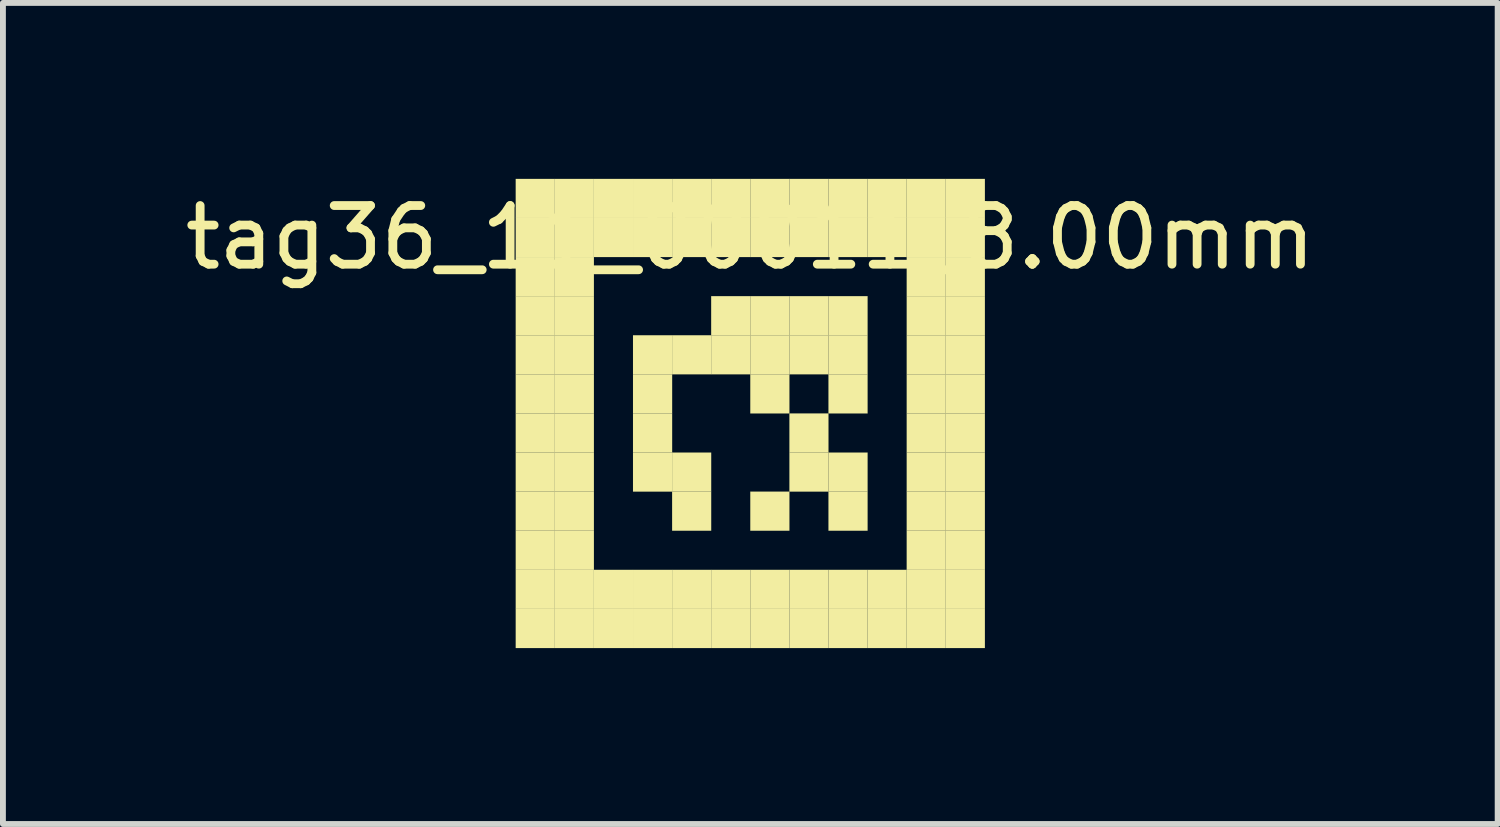
<source format=kicad_pcb>
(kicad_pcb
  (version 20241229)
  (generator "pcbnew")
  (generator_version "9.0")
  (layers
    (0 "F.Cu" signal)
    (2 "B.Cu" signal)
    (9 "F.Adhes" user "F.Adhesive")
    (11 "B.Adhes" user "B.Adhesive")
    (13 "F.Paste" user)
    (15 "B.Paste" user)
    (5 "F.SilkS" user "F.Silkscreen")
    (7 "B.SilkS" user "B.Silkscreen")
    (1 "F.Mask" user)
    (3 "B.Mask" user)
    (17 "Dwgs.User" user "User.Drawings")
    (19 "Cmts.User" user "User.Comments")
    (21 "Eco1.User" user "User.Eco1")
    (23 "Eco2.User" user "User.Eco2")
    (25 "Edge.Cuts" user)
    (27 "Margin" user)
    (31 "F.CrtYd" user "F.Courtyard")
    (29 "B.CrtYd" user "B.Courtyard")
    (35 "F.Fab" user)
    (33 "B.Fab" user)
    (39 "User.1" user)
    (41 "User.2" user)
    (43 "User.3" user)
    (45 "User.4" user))
  (footprint "tag36_11_00011_8.00mm"
    (layer "F.Cu")
    (at 9.744 4)
    (property "Reference" "tag36_11_00011_8.00mm" (at 0 -3 0) (layer "F.SilkS") (effects (font (size 1 1) (thickness 0.15))))
    (attr through_hole)
    (fp_poly (pts (xy -4 -4) (xy -3.333 -4) (xy -3.333 -3.333) (xy -4 -3.333)) (stroke (width 0.001) (type solid)) (fill yes) (layer "F.SilkS"))
    (fp_poly (pts (xy -4 -3.333) (xy -3.333 -3.333) (xy -3.333 -2.667) (xy -4 -2.667)) (stroke (width 0.001) (type solid)) (fill yes) (layer "F.SilkS"))
    (fp_poly (pts (xy -4 -2.667) (xy -3.333 -2.667) (xy -3.333 -2) (xy -4 -2)) (stroke (width 0.001) (type solid)) (fill yes) (layer "F.SilkS"))
    (fp_poly (pts (xy -4 -2) (xy -3.333 -2) (xy -3.333 -1.333) (xy -4 -1.333)) (stroke (width 0.001) (type solid)) (fill yes) (layer "F.SilkS"))
    (fp_poly (pts (xy -4 -1.333) (xy -3.333 -1.333) (xy -3.333 -0.667) (xy -4 -0.667)) (stroke (width 0.001) (type solid)) (fill yes) (layer "F.SilkS"))
    (fp_poly (pts (xy -4 -0.667) (xy -3.333 -0.667) (xy -3.333 0) (xy -4 0)) (stroke (width 0.001) (type solid)) (fill yes) (layer "F.SilkS"))
    (fp_poly (pts (xy -4 0) (xy -3.333 0) (xy -3.333 0.667) (xy -4 0.667)) (stroke (width 0.001) (type solid)) (fill yes) (layer "F.SilkS"))
    (fp_poly (pts (xy -4 0.667) (xy -3.333 0.667) (xy -3.333 1.333) (xy -4 1.333)) (stroke (width 0.001) (type solid)) (fill yes) (layer "F.SilkS"))
    (fp_poly (pts (xy -4 1.333) (xy -3.333 1.333) (xy -3.333 2) (xy -4 2)) (stroke (width 0.001) (type solid)) (fill yes) (layer "F.SilkS"))
    (fp_poly (pts (xy -4 2) (xy -3.333 2) (xy -3.333 2.667) (xy -4 2.667)) (stroke (width 0.001) (type solid)) (fill yes) (layer "F.SilkS"))
    (fp_poly (pts (xy -4 2.667) (xy -3.333 2.667) (xy -3.333 3.333) (xy -4 3.333)) (stroke (width 0.001) (type solid)) (fill yes) (layer "F.SilkS"))
    (fp_poly (pts (xy -4 3.333) (xy -3.333 3.333) (xy -3.333 4) (xy -4 4)) (stroke (width 0.001) (type solid)) (fill yes) (layer "F.SilkS"))
    (fp_poly (pts (xy -3.333 -4) (xy -2.667 -4) (xy -2.667 -3.333) (xy -3.333 -3.333)) (stroke (width 0.001) (type solid)) (fill yes) (layer "F.SilkS"))
    (fp_poly (pts (xy -3.333 -3.333) (xy -2.667 -3.333) (xy -2.667 -2.667) (xy -3.333 -2.667)) (stroke (width 0.001) (type solid)) (fill yes) (layer "F.SilkS"))
    (fp_poly (pts (xy -3.333 -2.667) (xy -2.667 -2.667) (xy -2.667 -2) (xy -3.333 -2)) (stroke (width 0.001) (type solid)) (fill yes) (layer "F.SilkS"))
    (fp_poly (pts (xy -3.333 -2) (xy -2.667 -2) (xy -2.667 -1.333) (xy -3.333 -1.333)) (stroke (width 0.001) (type solid)) (fill yes) (layer "F.SilkS"))
    (fp_poly (pts (xy -3.333 -1.333) (xy -2.667 -1.333) (xy -2.667 -0.667) (xy -3.333 -0.667)) (stroke (width 0.001) (type solid)) (fill yes) (layer "F.SilkS"))
    (fp_poly (pts (xy -3.333 -0.667) (xy -2.667 -0.667) (xy -2.667 0) (xy -3.333 0)) (stroke (width 0.001) (type solid)) (fill yes) (layer "F.SilkS"))
    (fp_poly (pts (xy -3.333 0) (xy -2.667 0) (xy -2.667 0.667) (xy -3.333 0.667)) (stroke (width 0.001) (type solid)) (fill yes) (layer "F.SilkS"))
    (fp_poly (pts (xy -3.333 0.667) (xy -2.667 0.667) (xy -2.667 1.333) (xy -3.333 1.333)) (stroke (width 0.001) (type solid)) (fill yes) (layer "F.SilkS"))
    (fp_poly (pts (xy -3.333 1.333) (xy -2.667 1.333) (xy -2.667 2) (xy -3.333 2)) (stroke (width 0.001) (type solid)) (fill yes) (layer "F.SilkS"))
    (fp_poly (pts (xy -3.333 2) (xy -2.667 2) (xy -2.667 2.667) (xy -3.333 2.667)) (stroke (width 0.001) (type solid)) (fill yes) (layer "F.SilkS"))
    (fp_poly (pts (xy -3.333 2.667) (xy -2.667 2.667) (xy -2.667 3.333) (xy -3.333 3.333)) (stroke (width 0.001) (type solid)) (fill yes) (layer "F.SilkS"))
    (fp_poly (pts (xy -3.333 3.333) (xy -2.667 3.333) (xy -2.667 4) (xy -3.333 4)) (stroke (width 0.001) (type solid)) (fill yes) (layer "F.SilkS"))
    (fp_poly (pts (xy -2.667 -4) (xy -2 -4) (xy -2 -3.333) (xy -2.667 -3.333)) (stroke (width 0.001) (type solid)) (fill yes) (layer "F.SilkS"))
    (fp_poly (pts (xy -2.667 -3.333) (xy -2 -3.333) (xy -2 -2.667) (xy -2.667 -2.667)) (stroke (width 0.001) (type solid)) (fill yes) (layer "F.SilkS"))
    (fp_poly (pts (xy -2.667 2.667) (xy -2 2.667) (xy -2 3.333) (xy -2.667 3.333)) (stroke (width 0.001) (type solid)) (fill yes) (layer "F.SilkS"))
    (fp_poly (pts (xy -2.667 3.333) (xy -2 3.333) (xy -2 4) (xy -2.667 4)) (stroke (width 0.001) (type solid)) (fill yes) (layer "F.SilkS"))
    (fp_poly (pts (xy -2 -4) (xy -1.333 -4) (xy -1.333 -3.333) (xy -2 -3.333)) (stroke (width 0.001) (type solid)) (fill yes) (layer "F.SilkS"))
    (fp_poly (pts (xy -2 -3.333) (xy -1.333 -3.333) (xy -1.333 -2.667) (xy -2 -2.667)) (stroke (width 0.001) (type solid)) (fill yes) (layer "F.SilkS"))
    (fp_poly (pts (xy -2 -1.333) (xy -1.333 -1.333) (xy -1.333 -0.667) (xy -2 -0.667)) (stroke (width 0.001) (type solid)) (fill yes) (layer "F.SilkS"))
    (fp_poly (pts (xy -2 -0.667) (xy -1.333 -0.667) (xy -1.333 0) (xy -2 0)) (stroke (width 0.001) (type solid)) (fill yes) (layer "F.SilkS"))
    (fp_poly (pts (xy -2 0) (xy -1.333 0) (xy -1.333 0.667) (xy -2 0.667)) (stroke (width 0.001) (type solid)) (fill yes) (layer "F.SilkS"))
    (fp_poly (pts (xy -2 0.667) (xy -1.333 0.667) (xy -1.333 1.333) (xy -2 1.333)) (stroke (width 0.001) (type solid)) (fill yes) (layer "F.SilkS"))
    (fp_poly (pts (xy -2 2.667) (xy -1.333 2.667) (xy -1.333 3.333) (xy -2 3.333)) (stroke (width 0.001) (type solid)) (fill yes) (layer "F.SilkS"))
    (fp_poly (pts (xy -2 3.333) (xy -1.333 3.333) (xy -1.333 4) (xy -2 4)) (stroke (width 0.001) (type solid)) (fill yes) (layer "F.SilkS"))
    (fp_poly (pts (xy -1.333 -4) (xy -0.667 -4) (xy -0.667 -3.333) (xy -1.333 -3.333)) (stroke (width 0.001) (type solid)) (fill yes) (layer "F.SilkS"))
    (fp_poly (pts (xy -1.333 -3.333) (xy -0.667 -3.333) (xy -0.667 -2.667) (xy -1.333 -2.667)) (stroke (width 0.001) (type solid)) (fill yes) (layer "F.SilkS"))
    (fp_poly (pts (xy -1.333 -1.333) (xy -0.667 -1.333) (xy -0.667 -0.667) (xy -1.333 -0.667)) (stroke (width 0.001) (type solid)) (fill yes) (layer "F.SilkS"))
    (fp_poly (pts (xy -1.333 0.667) (xy -0.667 0.667) (xy -0.667 1.333) (xy -1.333 1.333)) (stroke (width 0.001) (type solid)) (fill yes) (layer "F.SilkS"))
    (fp_poly (pts (xy -1.333 1.333) (xy -0.667 1.333) (xy -0.667 2) (xy -1.333 2)) (stroke (width 0.001) (type solid)) (fill yes) (layer "F.SilkS"))
    (fp_poly (pts (xy -1.333 2.667) (xy -0.667 2.667) (xy -0.667 3.333) (xy -1.333 3.333)) (stroke (width 0.001) (type solid)) (fill yes) (layer "F.SilkS"))
    (fp_poly (pts (xy -1.333 3.333) (xy -0.667 3.333) (xy -0.667 4) (xy -1.333 4)) (stroke (width 0.001) (type solid)) (fill yes) (layer "F.SilkS"))
    (fp_poly (pts (xy -0.667 -4) (xy 0 -4) (xy 0 -3.333) (xy -0.667 -3.333)) (stroke (width 0.001) (type solid)) (fill yes) (layer "F.SilkS"))
    (fp_poly (pts (xy -0.667 -3.333) (xy 0 -3.333) (xy 0 -2.667) (xy -0.667 -2.667)) (stroke (width 0.001) (type solid)) (fill yes) (layer "F.SilkS"))
    (fp_poly (pts (xy -0.667 -2) (xy 0 -2) (xy 0 -1.333) (xy -0.667 -1.333)) (stroke (width 0.001) (type solid)) (fill yes) (layer "F.SilkS"))
    (fp_poly (pts (xy -0.667 -1.333) (xy 0 -1.333) (xy 0 -0.667) (xy -0.667 -0.667)) (stroke (width 0.001) (type solid)) (fill yes) (layer "F.SilkS"))
    (fp_poly (pts (xy -0.667 2.667) (xy 0 2.667) (xy 0 3.333) (xy -0.667 3.333)) (stroke (width 0.001) (type solid)) (fill yes) (layer "F.SilkS"))
    (fp_poly (pts (xy -0.667 3.333) (xy 0 3.333) (xy 0 4) (xy -0.667 4)) (stroke (width 0.001) (type solid)) (fill yes) (layer "F.SilkS"))
    (fp_poly (pts (xy 0 -4) (xy 0.667 -4) (xy 0.667 -3.333) (xy 0 -3.333)) (stroke (width 0.001) (type solid)) (fill yes) (layer "F.SilkS"))
    (fp_poly (pts (xy 0 -3.333) (xy 0.667 -3.333) (xy 0.667 -2.667) (xy 0 -2.667)) (stroke (width 0.001) (type solid)) (fill yes) (layer "F.SilkS"))
    (fp_poly (pts (xy 0 -2) (xy 0.667 -2) (xy 0.667 -1.333) (xy 0 -1.333)) (stroke (width 0.001) (type solid)) (fill yes) (layer "F.SilkS"))
    (fp_poly (pts (xy 0 -1.333) (xy 0.667 -1.333) (xy 0.667 -0.667) (xy 0 -0.667)) (stroke (width 0.001) (type solid)) (fill yes) (layer "F.SilkS"))
    (fp_poly (pts (xy 0 -0.667) (xy 0.667 -0.667) (xy 0.667 0) (xy 0 0)) (stroke (width 0.001) (type solid)) (fill yes) (layer "F.SilkS"))
    (fp_poly (pts (xy 0 1.333) (xy 0.667 1.333) (xy 0.667 2) (xy 0 2)) (stroke (width 0.001) (type solid)) (fill yes) (layer "F.SilkS"))
    (fp_poly (pts (xy 0 2.667) (xy 0.667 2.667) (xy 0.667 3.333) (xy 0 3.333)) (stroke (width 0.001) (type solid)) (fill yes) (layer "F.SilkS"))
    (fp_poly (pts (xy 0 3.333) (xy 0.667 3.333) (xy 0.667 4) (xy 0 4)) (stroke (width 0.001) (type solid)) (fill yes) (layer "F.SilkS"))
    (fp_poly (pts (xy 0.667 -4) (xy 1.333 -4) (xy 1.333 -3.333) (xy 0.667 -3.333)) (stroke (width 0.001) (type solid)) (fill yes) (layer "F.SilkS"))
    (fp_poly (pts (xy 0.667 -3.333) (xy 1.333 -3.333) (xy 1.333 -2.667) (xy 0.667 -2.667)) (stroke (width 0.001) (type solid)) (fill yes) (layer "F.SilkS"))
    (fp_poly (pts (xy 0.667 -2) (xy 1.333 -2) (xy 1.333 -1.333) (xy 0.667 -1.333)) (stroke (width 0.001) (type solid)) (fill yes) (layer "F.SilkS"))
    (fp_poly (pts (xy 0.667 -1.333) (xy 1.333 -1.333) (xy 1.333 -0.667) (xy 0.667 -0.667)) (stroke (width 0.001) (type solid)) (fill yes) (layer "F.SilkS"))
    (fp_poly (pts (xy 0.667 0) (xy 1.333 0) (xy 1.333 0.667) (xy 0.667 0.667)) (stroke (width 0.001) (type solid)) (fill yes) (layer "F.SilkS"))
    (fp_poly (pts (xy 0.667 0.667) (xy 1.333 0.667) (xy 1.333 1.333) (xy 0.667 1.333)) (stroke (width 0.001) (type solid)) (fill yes) (layer "F.SilkS"))
    (fp_poly (pts (xy 0.667 2.667) (xy 1.333 2.667) (xy 1.333 3.333) (xy 0.667 3.333)) (stroke (width 0.001) (type solid)) (fill yes) (layer "F.SilkS"))
    (fp_poly (pts (xy 0.667 3.333) (xy 1.333 3.333) (xy 1.333 4) (xy 0.667 4)) (stroke (width 0.001) (type solid)) (fill yes) (layer "F.SilkS"))
    (fp_poly (pts (xy 1.333 -4) (xy 2 -4) (xy 2 -3.333) (xy 1.333 -3.333)) (stroke (width 0.001) (type solid)) (fill yes) (layer "F.SilkS"))
    (fp_poly (pts (xy 1.333 -3.333) (xy 2 -3.333) (xy 2 -2.667) (xy 1.333 -2.667)) (stroke (width 0.001) (type solid)) (fill yes) (layer "F.SilkS"))
    (fp_poly (pts (xy 1.333 -2) (xy 2 -2) (xy 2 -1.333) (xy 1.333 -1.333)) (stroke (width 0.001) (type solid)) (fill yes) (layer "F.SilkS"))
    (fp_poly (pts (xy 1.333 -1.333) (xy 2 -1.333) (xy 2 -0.667) (xy 1.333 -0.667)) (stroke (width 0.001) (type solid)) (fill yes) (layer "F.SilkS"))
    (fp_poly (pts (xy 1.333 -0.667) (xy 2 -0.667) (xy 2 0) (xy 1.333 0)) (stroke (width 0.001) (type solid)) (fill yes) (layer "F.SilkS"))
    (fp_poly (pts (xy 1.333 0.667) (xy 2 0.667) (xy 2 1.333) (xy 1.333 1.333)) (stroke (width 0.001) (type solid)) (fill yes) (layer "F.SilkS"))
    (fp_poly (pts (xy 1.333 1.333) (xy 2 1.333) (xy 2 2) (xy 1.333 2)) (stroke (width 0.001) (type solid)) (fill yes) (layer "F.SilkS"))
    (fp_poly (pts (xy 1.333 2.667) (xy 2 2.667) (xy 2 3.333) (xy 1.333 3.333)) (stroke (width 0.001) (type solid)) (fill yes) (layer "F.SilkS"))
    (fp_poly (pts (xy 1.333 3.333) (xy 2 3.333) (xy 2 4) (xy 1.333 4)) (stroke (width 0.001) (type solid)) (fill yes) (layer "F.SilkS"))
    (fp_poly (pts (xy 2 -4) (xy 2.667 -4) (xy 2.667 -3.333) (xy 2 -3.333)) (stroke (width 0.001) (type solid)) (fill yes) (layer "F.SilkS"))
    (fp_poly (pts (xy 2 -3.333) (xy 2.667 -3.333) (xy 2.667 -2.667) (xy 2 -2.667)) (stroke (width 0.001) (type solid)) (fill yes) (layer "F.SilkS"))
    (fp_poly (pts (xy 2 2.667) (xy 2.667 2.667) (xy 2.667 3.333) (xy 2 3.333)) (stroke (width 0.001) (type solid)) (fill yes) (layer "F.SilkS"))
    (fp_poly (pts (xy 2 3.333) (xy 2.667 3.333) (xy 2.667 4) (xy 2 4)) (stroke (width 0.001) (type solid)) (fill yes) (layer "F.SilkS"))
    (fp_poly (pts (xy 2.667 -4) (xy 3.333 -4) (xy 3.333 -3.333) (xy 2.667 -3.333)) (stroke (width 0.001) (type solid)) (fill yes) (layer "F.SilkS"))
    (fp_poly (pts (xy 2.667 -3.333) (xy 3.333 -3.333) (xy 3.333 -2.667) (xy 2.667 -2.667)) (stroke (width 0.001) (type solid)) (fill yes) (layer "F.SilkS"))
    (fp_poly (pts (xy 2.667 -2.667) (xy 3.333 -2.667) (xy 3.333 -2) (xy 2.667 -2)) (stroke (width 0.001) (type solid)) (fill yes) (layer "F.SilkS"))
    (fp_poly (pts (xy 2.667 -2) (xy 3.333 -2) (xy 3.333 -1.333) (xy 2.667 -1.333)) (stroke (width 0.001) (type solid)) (fill yes) (layer "F.SilkS"))
    (fp_poly (pts (xy 2.667 -1.333) (xy 3.333 -1.333) (xy 3.333 -0.667) (xy 2.667 -0.667)) (stroke (width 0.001) (type solid)) (fill yes) (layer "F.SilkS"))
    (fp_poly (pts (xy 2.667 -0.667) (xy 3.333 -0.667) (xy 3.333 0) (xy 2.667 0)) (stroke (width 0.001) (type solid)) (fill yes) (layer "F.SilkS"))
    (fp_poly (pts (xy 2.667 0) (xy 3.333 0) (xy 3.333 0.667) (xy 2.667 0.667)) (stroke (width 0.001) (type solid)) (fill yes) (layer "F.SilkS"))
    (fp_poly (pts (xy 2.667 0.667) (xy 3.333 0.667) (xy 3.333 1.333) (xy 2.667 1.333)) (stroke (width 0.001) (type solid)) (fill yes) (layer "F.SilkS"))
    (fp_poly (pts (xy 2.667 1.333) (xy 3.333 1.333) (xy 3.333 2) (xy 2.667 2)) (stroke (width 0.001) (type solid)) (fill yes) (layer "F.SilkS"))
    (fp_poly (pts (xy 2.667 2) (xy 3.333 2) (xy 3.333 2.667) (xy 2.667 2.667)) (stroke (width 0.001) (type solid)) (fill yes) (layer "F.SilkS"))
    (fp_poly (pts (xy 2.667 2.667) (xy 3.333 2.667) (xy 3.333 3.333) (xy 2.667 3.333)) (stroke (width 0.001) (type solid)) (fill yes) (layer "F.SilkS"))
    (fp_poly (pts (xy 2.667 3.333) (xy 3.333 3.333) (xy 3.333 4) (xy 2.667 4)) (stroke (width 0.001) (type solid)) (fill yes) (layer "F.SilkS"))
    (fp_poly (pts (xy 3.333 -4) (xy 4 -4) (xy 4 -3.333) (xy 3.333 -3.333)) (stroke (width 0.001) (type solid)) (fill yes) (layer "F.SilkS"))
    (fp_poly (pts (xy 3.333 -3.333) (xy 4 -3.333) (xy 4 -2.667) (xy 3.333 -2.667)) (stroke (width 0.001) (type solid)) (fill yes) (layer "F.SilkS"))
    (fp_poly (pts (xy 3.333 -2.667) (xy 4 -2.667) (xy 4 -2) (xy 3.333 -2)) (stroke (width 0.001) (type solid)) (fill yes) (layer "F.SilkS"))
    (fp_poly (pts (xy 3.333 -2) (xy 4 -2) (xy 4 -1.333) (xy 3.333 -1.333)) (stroke (width 0.001) (type solid)) (fill yes) (layer "F.SilkS"))
    (fp_poly (pts (xy 3.333 -1.333) (xy 4 -1.333) (xy 4 -0.667) (xy 3.333 -0.667)) (stroke (width 0.001) (type solid)) (fill yes) (layer "F.SilkS"))
    (fp_poly (pts (xy 3.333 -0.667) (xy 4 -0.667) (xy 4 0) (xy 3.333 0)) (stroke (width 0.001) (type solid)) (fill yes) (layer "F.SilkS"))
    (fp_poly (pts (xy 3.333 0) (xy 4 0) (xy 4 0.667) (xy 3.333 0.667)) (stroke (width 0.001) (type solid)) (fill yes) (layer "F.SilkS"))
    (fp_poly (pts (xy 3.333 0.667) (xy 4 0.667) (xy 4 1.333) (xy 3.333 1.333)) (stroke (width 0.001) (type solid)) (fill yes) (layer "F.SilkS"))
    (fp_poly (pts (xy 3.333 1.333) (xy 4 1.333) (xy 4 2) (xy 3.333 2)) (stroke (width 0.001) (type solid)) (fill yes) (layer "F.SilkS"))
    (fp_poly (pts (xy 3.333 2) (xy 4 2) (xy 4 2.667) (xy 3.333 2.667)) (stroke (width 0.001) (type solid)) (fill yes) (layer "F.SilkS"))
    (fp_poly (pts (xy 3.333 2.667) (xy 4 2.667) (xy 4 3.333) (xy 3.333 3.333)) (stroke (width 0.001) (type solid)) (fill yes) (layer "F.SilkS"))
    (fp_poly (pts (xy 3.333 3.333) (xy 4 3.333) (xy 4 4) (xy 3.333 4)) (stroke (width 0.001) (type solid)) (fill yes) (layer "F.SilkS")))
  (gr_rect
    (start -3 -3)
    (end 22.488 11.001)
    (stroke (width 0.1) (type default))
    (fill no)
    (layer "Edge.Cuts")))
</source>
